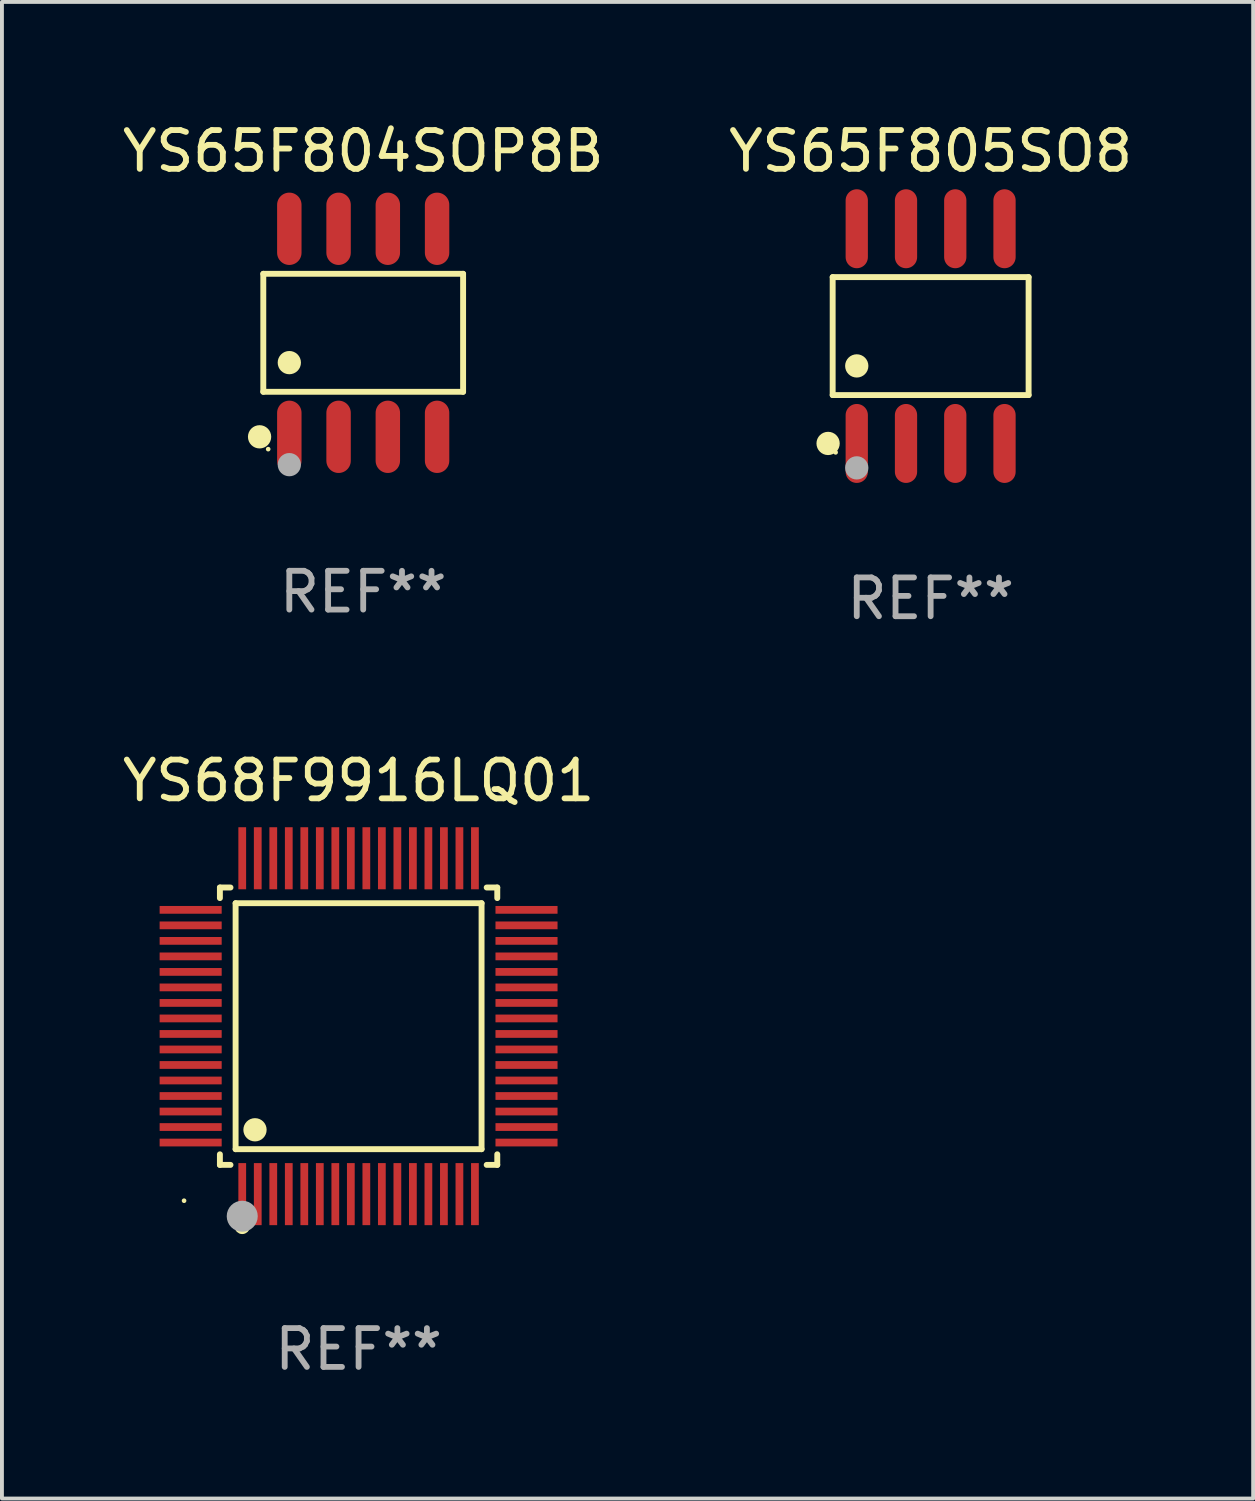
<source format=kicad_pcb>
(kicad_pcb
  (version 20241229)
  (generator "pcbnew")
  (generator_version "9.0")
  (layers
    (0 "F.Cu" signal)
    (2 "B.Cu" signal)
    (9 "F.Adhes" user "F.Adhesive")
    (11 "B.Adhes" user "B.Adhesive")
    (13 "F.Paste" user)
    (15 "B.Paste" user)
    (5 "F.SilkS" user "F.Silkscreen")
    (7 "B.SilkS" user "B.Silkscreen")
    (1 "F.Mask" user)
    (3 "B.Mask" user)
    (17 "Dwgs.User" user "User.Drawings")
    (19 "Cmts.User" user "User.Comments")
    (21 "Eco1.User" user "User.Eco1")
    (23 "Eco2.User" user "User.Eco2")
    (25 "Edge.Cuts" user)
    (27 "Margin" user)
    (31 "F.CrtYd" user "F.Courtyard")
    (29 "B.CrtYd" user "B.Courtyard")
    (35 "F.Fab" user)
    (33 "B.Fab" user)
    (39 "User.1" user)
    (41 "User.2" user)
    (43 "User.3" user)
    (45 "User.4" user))
  (footprint "YS68F9916LQ01"
    (layer "F.Cu")
    (at 6.196 23.41)
    (property "Reference" "YS68F9916LQ01" (at 0 -6.33 0) (layer "F.SilkS") (effects (font (size 1 1) (thickness 0.15))))
    (attr through_hole)
    (fp_line (start -3.576 -3.576) (end -3.303 -3.576) (stroke (width 0.152) (type solid)) (layer "F.SilkS"))
    (fp_line (start -3.576 -3.303) (end -3.576 -3.576) (stroke (width 0.152) (type solid)) (layer "F.SilkS"))
    (fp_line (start -3.576 3.303) (end -3.576 3.576) (stroke (width 0.152) (type solid)) (layer "F.SilkS"))
    (fp_line (start -3.576 3.576) (end -3.303 3.576) (stroke (width 0.152) (type solid)) (layer "F.SilkS"))
    (fp_line (start -3.171 -3.171) (end 3.171 -3.171) (stroke (width 0.152) (type solid)) (layer "F.SilkS"))
    (fp_line (start -3.171 3.171) (end -3.171 -3.171) (stroke (width 0.152) (type solid)) (layer "F.SilkS"))
    (fp_line (start 3.171 -3.171) (end 3.171 3.171) (stroke (width 0.152) (type solid)) (layer "F.SilkS"))
    (fp_line (start 3.171 3.171) (end -3.171 3.171) (stroke (width 0.152) (type solid)) (layer "F.SilkS"))
    (fp_line (start 3.576 -3.576) (end 3.303 -3.576) (stroke (width 0.152) (type solid)) (layer "F.SilkS"))
    (fp_line (start 3.576 -3.303) (end 3.576 -3.576) (stroke (width 0.152) (type solid)) (layer "F.SilkS"))
    (fp_line (start 3.576 3.303) (end 3.576 3.576) (stroke (width 0.152) (type solid)) (layer "F.SilkS"))
    (fp_line (start 3.576 3.576) (end 3.303 3.576) (stroke (width 0.152) (type solid)) (layer "F.SilkS"))
    (fp_circle (center -4.5 4.5) (end -4.47 4.5) (stroke (width 0.06) (type solid)) (fill no) (layer "F.SilkS"))
    (fp_circle (center -3 5.16) (end -2.9 5.16) (stroke (width 0.2) (type solid)) (fill no) (layer "F.SilkS"))
    (fp_circle (center -2.671 2.671) (end -2.521 2.671) (stroke (width 0.3) (type solid)) (fill no) (layer "F.SilkS"))
    (fp_circle (center -3 4.9) (end -2.8 4.9) (stroke (width 0.4) (type solid)) (fill no) (layer "F.Fab"))
    (fp_text user "REF**" (at 0 8.33 0) (layer "F.Fab") (effects (font (size 1 1) (thickness 0.15))))
    (pad "1" smd rect (at -3 4.33) (size 0.2 1.6) (layers "F.Cu" "F.Mask" "F.Paste"))
    (pad "2" smd rect (at -2.6 4.33) (size 0.2 1.6) (layers "F.Cu" "F.Mask" "F.Paste"))
    (pad "3" smd rect (at -2.2 4.33) (size 0.2 1.6) (layers "F.Cu" "F.Mask" "F.Paste"))
    (pad "4" smd rect (at -1.8 4.33) (size 0.2 1.6) (layers "F.Cu" "F.Mask" "F.Paste"))
    (pad "5" smd rect (at -1.4 4.33) (size 0.2 1.6) (layers "F.Cu" "F.Mask" "F.Paste"))
    (pad "6" smd rect (at -1 4.33) (size 0.2 1.6) (layers "F.Cu" "F.Mask" "F.Paste"))
    (pad "7" smd rect (at -0.6 4.33) (size 0.2 1.6) (layers "F.Cu" "F.Mask" "F.Paste"))
    (pad "8" smd rect (at -0.2 4.33) (size 0.2 1.6) (layers "F.Cu" "F.Mask" "F.Paste"))
    (pad "9" smd rect (at 0.2 4.33) (size 0.2 1.6) (layers "F.Cu" "F.Mask" "F.Paste"))
    (pad "10" smd rect (at 0.6 4.33) (size 0.2 1.6) (layers "F.Cu" "F.Mask" "F.Paste"))
    (pad "11" smd rect (at 1 4.33) (size 0.2 1.6) (layers "F.Cu" "F.Mask" "F.Paste"))
    (pad "12" smd rect (at 1.4 4.33) (size 0.2 1.6) (layers "F.Cu" "F.Mask" "F.Paste"))
    (pad "13" smd rect (at 1.8 4.33) (size 0.2 1.6) (layers "F.Cu" "F.Mask" "F.Paste"))
    (pad "14" smd rect (at 2.2 4.33) (size 0.2 1.6) (layers "F.Cu" "F.Mask" "F.Paste"))
    (pad "15" smd rect (at 2.6 4.33) (size 0.2 1.6) (layers "F.Cu" "F.Mask" "F.Paste"))
    (pad "16" smd rect (at 3 4.33) (size 0.2 1.6) (layers "F.Cu" "F.Mask" "F.Paste"))
    (pad "17" smd rect (at 4.33 3) (size 1.6 0.2) (layers "F.Cu" "F.Mask" "F.Paste"))
    (pad "18" smd rect (at 4.33 2.6) (size 1.6 0.2) (layers "F.Cu" "F.Mask" "F.Paste"))
    (pad "19" smd rect (at 4.33 2.2) (size 1.6 0.2) (layers "F.Cu" "F.Mask" "F.Paste"))
    (pad "20" smd rect (at 4.33 1.8) (size 1.6 0.2) (layers "F.Cu" "F.Mask" "F.Paste"))
    (pad "21" smd rect (at 4.33 1.4) (size 1.6 0.2) (layers "F.Cu" "F.Mask" "F.Paste"))
    (pad "22" smd rect (at 4.33 1) (size 1.6 0.2) (layers "F.Cu" "F.Mask" "F.Paste"))
    (pad "23" smd rect (at 4.33 0.6) (size 1.6 0.2) (layers "F.Cu" "F.Mask" "F.Paste"))
    (pad "24" smd rect (at 4.33 0.2) (size 1.6 0.2) (layers "F.Cu" "F.Mask" "F.Paste"))
    (pad "25" smd rect (at 4.33 -0.2) (size 1.6 0.2) (layers "F.Cu" "F.Mask" "F.Paste"))
    (pad "26" smd rect (at 4.33 -0.6) (size 1.6 0.2) (layers "F.Cu" "F.Mask" "F.Paste"))
    (pad "27" smd rect (at 4.33 -1) (size 1.6 0.2) (layers "F.Cu" "F.Mask" "F.Paste"))
    (pad "28" smd rect (at 4.33 -1.4) (size 1.6 0.2) (layers "F.Cu" "F.Mask" "F.Paste"))
    (pad "29" smd rect (at 4.33 -1.8) (size 1.6 0.2) (layers "F.Cu" "F.Mask" "F.Paste"))
    (pad "30" smd rect (at 4.33 -2.2) (size 1.6 0.2) (layers "F.Cu" "F.Mask" "F.Paste"))
    (pad "31" smd rect (at 4.33 -2.6) (size 1.6 0.2) (layers "F.Cu" "F.Mask" "F.Paste"))
    (pad "32" smd rect (at 4.33 -3) (size 1.6 0.2) (layers "F.Cu" "F.Mask" "F.Paste"))
    (pad "33" smd rect (at 3 -4.33) (size 0.2 1.6) (layers "F.Cu" "F.Mask" "F.Paste"))
    (pad "34" smd rect (at 2.6 -4.33) (size 0.2 1.6) (layers "F.Cu" "F.Mask" "F.Paste"))
    (pad "35" smd rect (at 2.2 -4.33) (size 0.2 1.6) (layers "F.Cu" "F.Mask" "F.Paste"))
    (pad "36" smd rect (at 1.8 -4.33) (size 0.2 1.6) (layers "F.Cu" "F.Mask" "F.Paste"))
    (pad "37" smd rect (at 1.4 -4.33) (size 0.2 1.6) (layers "F.Cu" "F.Mask" "F.Paste"))
    (pad "38" smd rect (at 1 -4.33) (size 0.2 1.6) (layers "F.Cu" "F.Mask" "F.Paste"))
    (pad "39" smd rect (at 0.6 -4.33) (size 0.2 1.6) (layers "F.Cu" "F.Mask" "F.Paste"))
    (pad "40" smd rect (at 0.2 -4.33) (size 0.2 1.6) (layers "F.Cu" "F.Mask" "F.Paste"))
    (pad "41" smd rect (at -0.2 -4.33) (size 0.2 1.6) (layers "F.Cu" "F.Mask" "F.Paste"))
    (pad "42" smd rect (at -0.6 -4.33) (size 0.2 1.6) (layers "F.Cu" "F.Mask" "F.Paste"))
    (pad "43" smd rect (at -1 -4.33) (size 0.2 1.6) (layers "F.Cu" "F.Mask" "F.Paste"))
    (pad "44" smd rect (at -1.4 -4.33) (size 0.2 1.6) (layers "F.Cu" "F.Mask" "F.Paste"))
    (pad "45" smd rect (at -1.8 -4.33) (size 0.2 1.6) (layers "F.Cu" "F.Mask" "F.Paste"))
    (pad "46" smd rect (at -2.2 -4.33) (size 0.2 1.6) (layers "F.Cu" "F.Mask" "F.Paste"))
    (pad "47" smd rect (at -2.6 -4.33) (size 0.2 1.6) (layers "F.Cu" "F.Mask" "F.Paste"))
    (pad "48" smd rect (at -3 -4.33) (size 0.2 1.6) (layers "F.Cu" "F.Mask" "F.Paste"))
    (pad "49" smd rect (at -4.33 -3) (size 1.6 0.2) (layers "F.Cu" "F.Mask" "F.Paste"))
    (pad "50" smd rect (at -4.33 -2.6) (size 1.6 0.2) (layers "F.Cu" "F.Mask" "F.Paste"))
    (pad "51" smd rect (at -4.33 -2.2) (size 1.6 0.2) (layers "F.Cu" "F.Mask" "F.Paste"))
    (pad "52" smd rect (at -4.33 -1.8) (size 1.6 0.2) (layers "F.Cu" "F.Mask" "F.Paste"))
    (pad "53" smd rect (at -4.33 -1.4) (size 1.6 0.2) (layers "F.Cu" "F.Mask" "F.Paste"))
    (pad "54" smd rect (at -4.33 -1) (size 1.6 0.2) (layers "F.Cu" "F.Mask" "F.Paste"))
    (pad "55" smd rect (at -4.33 -0.6) (size 1.6 0.2) (layers "F.Cu" "F.Mask" "F.Paste"))
    (pad "56" smd rect (at -4.33 -0.2) (size 1.6 0.2) (layers "F.Cu" "F.Mask" "F.Paste"))
    (pad "57" smd rect (at -4.33 0.2) (size 1.6 0.2) (layers "F.Cu" "F.Mask" "F.Paste"))
    (pad "58" smd rect (at -4.33 0.6) (size 1.6 0.2) (layers "F.Cu" "F.Mask" "F.Paste"))
    (pad "59" smd rect (at -4.33 1) (size 1.6 0.2) (layers "F.Cu" "F.Mask" "F.Paste"))
    (pad "60" smd rect (at -4.33 1.4) (size 1.6 0.2) (layers "F.Cu" "F.Mask" "F.Paste"))
    (pad "61" smd rect (at -4.33 1.8) (size 1.6 0.2) (layers "F.Cu" "F.Mask" "F.Paste"))
    (pad "62" smd rect (at -4.33 2.2) (size 1.6 0.2) (layers "F.Cu" "F.Mask" "F.Paste"))
    (pad "63" smd rect (at -4.33 2.6) (size 1.6 0.2) (layers "F.Cu" "F.Mask" "F.Paste"))
    (pad "64" smd rect (at -4.33 3) (size 1.6 0.2) (layers "F.Cu" "F.Mask" "F.Paste")))
  (footprint "YS65F804SOP8B"
    (layer "F.Cu")
    (at 6.315 5.531)
    (property "Reference" "YS65F804SOP8B" (at 0 -4.682 0) (layer "F.SilkS") (effects (font (size 1 1) (thickness 0.15))))
    (attr through_hole)
    (fp_line (start -2.576 -1.521) (end 2.576 -1.521) (stroke (width 0.152) (type solid)) (layer "F.SilkS"))
    (fp_line (start -2.576 1.521) (end -2.576 -1.521) (stroke (width 0.152) (type solid)) (layer "F.SilkS"))
    (fp_line (start 2.576 -1.521) (end 2.576 1.521) (stroke (width 0.152) (type solid)) (layer "F.SilkS"))
    (fp_line (start 2.576 1.521) (end -2.576 1.521) (stroke (width 0.152) (type solid)) (layer "F.SilkS"))
    (fp_circle (center -2.672 2.682) (end -2.522 2.682) (stroke (width 0.3) (type solid)) (fill no) (layer "F.SilkS"))
    (fp_circle (center -2.45 3) (end -2.42 3) (stroke (width 0.06) (type solid)) (fill no) (layer "F.SilkS"))
    (fp_circle (center -1.905 0.769) (end -1.755 0.769) (stroke (width 0.3) (type solid)) (fill no) (layer "F.SilkS"))
    (fp_circle (center -1.905 3.4) (end -1.755 3.4) (stroke (width 0.3) (type solid)) (fill no) (layer "F.Fab"))
    (fp_text user "REF**" (at 0 6.682 0) (layer "F.Fab") (effects (font (size 1 1) (thickness 0.15))))
    (pad "1" smd oval (at -1.905 2.682) (size 0.63 1.865) (layers "F.Cu" "F.Mask" "F.Paste"))
    (pad "2" smd oval (at -0.635 2.682) (size 0.63 1.865) (layers "F.Cu" "F.Mask" "F.Paste"))
    (pad "3" smd oval (at 0.635 2.682) (size 0.63 1.865) (layers "F.Cu" "F.Mask" "F.Paste"))
    (pad "4" smd oval (at 1.905 2.682) (size 0.63 1.865) (layers "F.Cu" "F.Mask" "F.Paste"))
    (pad "5" smd oval (at 1.905 -2.682) (size 0.63 1.865) (layers "F.Cu" "F.Mask" "F.Paste"))
    (pad "6" smd oval (at 0.635 -2.682) (size 0.63 1.865) (layers "F.Cu" "F.Mask" "F.Paste"))
    (pad "7" smd oval (at -0.635 -2.682) (size 0.63 1.865) (layers "F.Cu" "F.Mask" "F.Paste"))
    (pad "8" smd oval (at -1.905 -2.682) (size 0.63 1.865) (layers "F.Cu" "F.Mask" "F.Paste")))
  (footprint "YS65F805SO8"
    (layer "F.Cu")
    (at 20.946 5.616)
    (property "Reference" "YS65F805SO8" (at 0 -4.768 0) (layer "F.SilkS") (effects (font (size 1 1) (thickness 0.15))))
    (attr through_hole)
    (fp_line (start -2.526 -1.521) (end 2.526 -1.521) (stroke (width 0.152) (type solid)) (layer "F.SilkS"))
    (fp_line (start -2.526 1.521) (end -2.526 -1.521) (stroke (width 0.152) (type solid)) (layer "F.SilkS"))
    (fp_line (start 2.526 -1.521) (end 2.526 1.521) (stroke (width 0.152) (type solid)) (layer "F.SilkS"))
    (fp_line (start 2.526 1.521) (end -2.526 1.521) (stroke (width 0.152) (type solid)) (layer "F.SilkS"))
    (fp_circle (center -2.644 2.768) (end -2.494 2.768) (stroke (width 0.3) (type solid)) (fill no) (layer "F.SilkS"))
    (fp_circle (center -2.45 2.998) (end -2.42 2.998) (stroke (width 0.06) (type solid)) (fill no) (layer "F.SilkS"))
    (fp_circle (center -1.905 0.769) (end -1.755 0.769) (stroke (width 0.3) (type solid)) (fill no) (layer "F.SilkS"))
    (fp_circle (center -1.905 3.398) (end -1.755 3.398) (stroke (width 0.3) (type solid)) (fill no) (layer "F.Fab"))
    (fp_text user "REF**" (at 0 6.768 0) (layer "F.Fab") (effects (font (size 1 1) (thickness 0.15))))
    (pad "1" smd oval (at -1.905 2.768) (size 0.574 2.036) (layers "F.Cu" "F.Mask" "F.Paste"))
    (pad "2" smd oval (at -0.635 2.768) (size 0.574 2.036) (layers "F.Cu" "F.Mask" "F.Paste"))
    (pad "3" smd oval (at 0.635 2.768) (size 0.574 2.036) (layers "F.Cu" "F.Mask" "F.Paste"))
    (pad "4" smd oval (at 1.905 2.768) (size 0.574 2.036) (layers "F.Cu" "F.Mask" "F.Paste"))
    (pad "5" smd oval (at 1.905 -2.768) (size 0.574 2.036) (layers "F.Cu" "F.Mask" "F.Paste"))
    (pad "6" smd oval (at 0.635 -2.768) (size 0.574 2.036) (layers "F.Cu" "F.Mask" "F.Paste"))
    (pad "7" smd oval (at -0.635 -2.768) (size 0.574 2.036) (layers "F.Cu" "F.Mask" "F.Paste"))
    (pad "8" smd oval (at -1.905 -2.768) (size 0.574 2.036) (layers "F.Cu" "F.Mask" "F.Paste")))
  (gr_rect
    (start -3 -3)
    (end 29.262 35.589)
    (stroke (width 0.1) (type default))
    (fill no)
    (layer "Edge.Cuts")))
</source>
